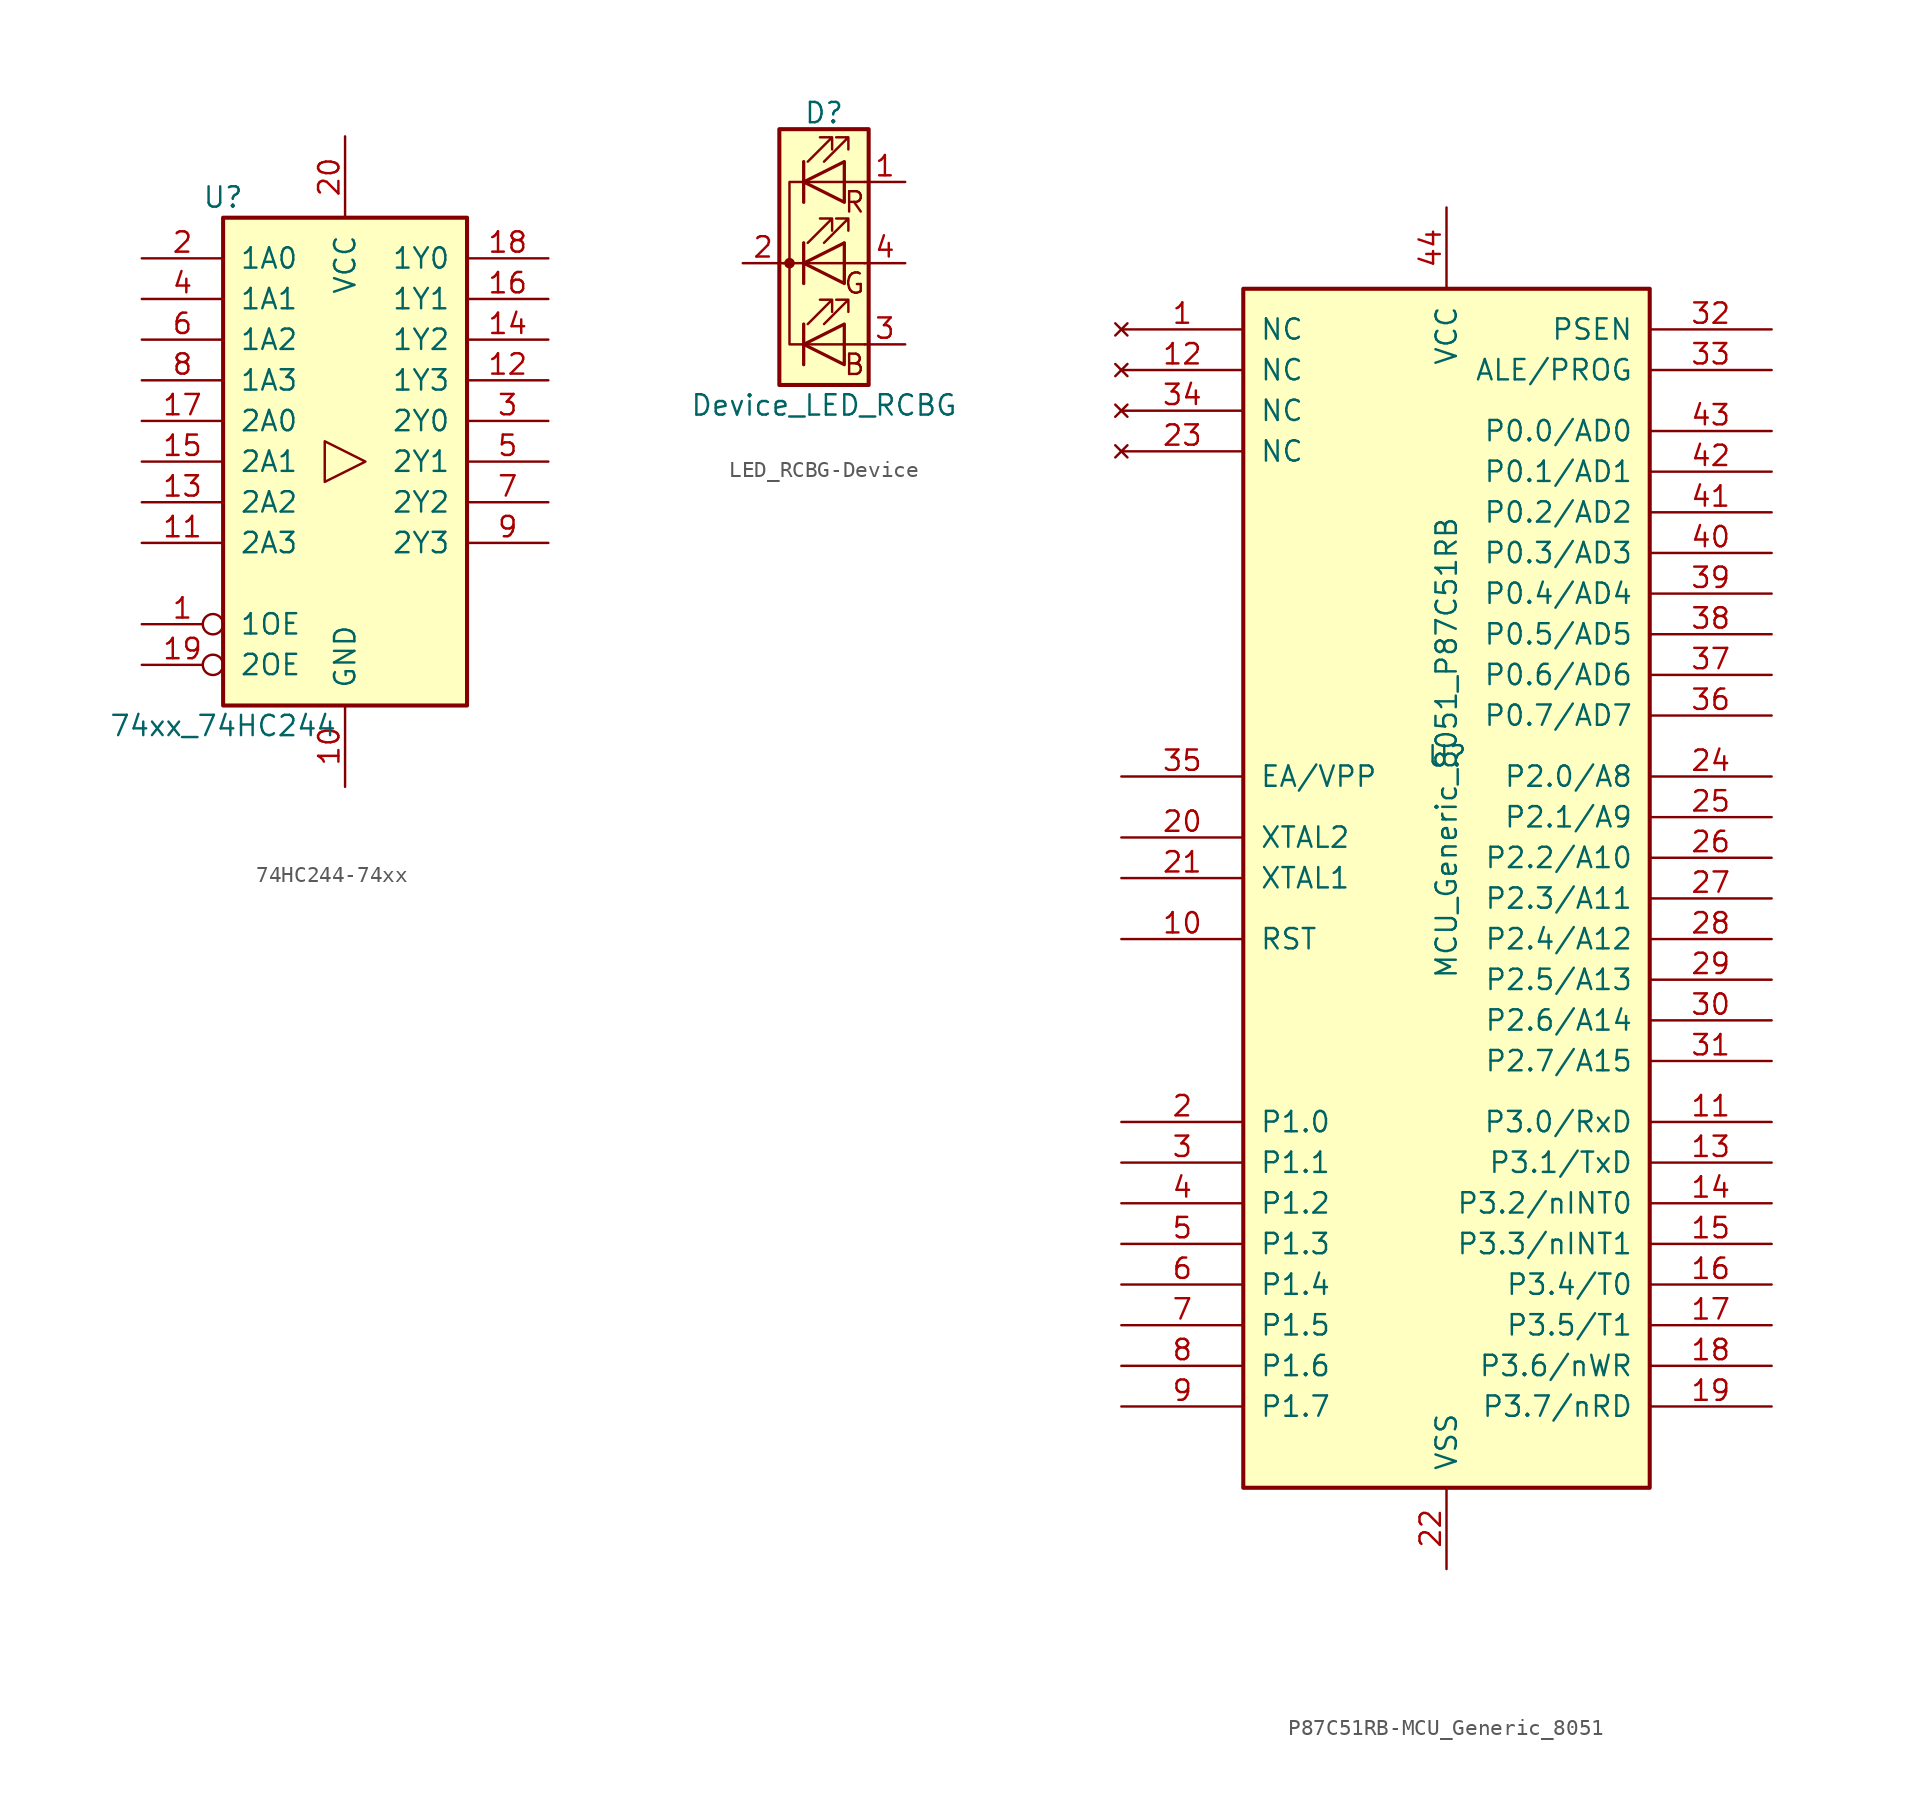
<source format=kicad_sym>
(kicad_symbol_lib
  (version 20220914)
  (generator kicad_symbol_editor)
  (symbol "74HC244-74xx"
    (pin_names
      (offset 1.016))
    (property "Reference" "U"
      (at -7.62 16.51 0)
      (effects (font (size 1.27 1.27))))
    (property "Value" "74xx_74HC244"
      (at -7.62 -16.51 0)
      (effects (font (size 1.27 1.27))))
    (property "ki_locked" ""
      (at 0 0 0)
      (effects (font (size 1.27 1.27))))
    (symbol "74HC244-74xx_1_0"
      (polyline (pts (xy 1.27 0) (xy -1.27 1.27) (xy -1.27 -1.27) (xy 1.27 0)) (stroke (width 0.152) (type solid)) (fill (type none)))
      (pin input inverted (at -12.7 -10.16 0) (length 5.08) (name "1OE" (effects (font (size 1.27 1.27)))) (number "1" (effects (font (size 1.27 1.27)))))
      (pin power_in line (at 0 -20.32 90) (length 5.08) (name "GND" (effects (font (size 1.27 1.27)))) (number "10" (effects (font (size 1.27 1.27)))))
      (pin input line (at -12.7 -5.08 0) (length 5.08) (name "2A3" (effects (font (size 1.27 1.27)))) (number "11" (effects (font (size 1.27 1.27)))))
      (pin output line (at 12.7 5.08 180) (length 5.08) (name "1Y3" (effects (font (size 1.27 1.27)))) (number "12" (effects (font (size 1.27 1.27)))))
      (pin input line (at -12.7 -2.54 0) (length 5.08) (name "2A2" (effects (font (size 1.27 1.27)))) (number "13" (effects (font (size 1.27 1.27)))))
      (pin output line (at 12.7 7.62 180) (length 5.08) (name "1Y2" (effects (font (size 1.27 1.27)))) (number "14" (effects (font (size 1.27 1.27)))))
      (pin input line (at -12.7 0 0) (length 5.08) (name "2A1" (effects (font (size 1.27 1.27)))) (number "15" (effects (font (size 1.27 1.27)))))
      (pin output line (at 12.7 10.16 180) (length 5.08) (name "1Y1" (effects (font (size 1.27 1.27)))) (number "16" (effects (font (size 1.27 1.27)))))
      (pin input line (at -12.7 2.54 0) (length 5.08) (name "2A0" (effects (font (size 1.27 1.27)))) (number "17" (effects (font (size 1.27 1.27)))))
      (pin output line (at 12.7 12.7 180) (length 5.08) (name "1Y0" (effects (font (size 1.27 1.27)))) (number "18" (effects (font (size 1.27 1.27)))))
      (pin input inverted (at -12.7 -12.7 0) (length 5.08) (name "2OE" (effects (font (size 1.27 1.27)))) (number "19" (effects (font (size 1.27 1.27)))))
      (pin input line (at -12.7 12.7 0) (length 5.08) (name "1A0" (effects (font (size 1.27 1.27)))) (number "2" (effects (font (size 1.27 1.27)))))
      (pin power_in line (at 0 20.32 270) (length 5.08) (name "VCC" (effects (font (size 1.27 1.27)))) (number "20" (effects (font (size 1.27 1.27)))))
      (pin output line (at 12.7 2.54 180) (length 5.08) (name "2Y0" (effects (font (size 1.27 1.27)))) (number "3" (effects (font (size 1.27 1.27)))))
      (pin input line (at -12.7 10.16 0) (length 5.08) (name "1A1" (effects (font (size 1.27 1.27)))) (number "4" (effects (font (size 1.27 1.27)))))
      (pin output line (at 12.7 0 180) (length 5.08) (name "2Y1" (effects (font (size 1.27 1.27)))) (number "5" (effects (font (size 1.27 1.27)))))
      (pin input line (at -12.7 7.62 0) (length 5.08) (name "1A2" (effects (font (size 1.27 1.27)))) (number "6" (effects (font (size 1.27 1.27)))))
      (pin output line (at 12.7 -2.54 180) (length 5.08) (name "2Y2" (effects (font (size 1.27 1.27)))) (number "7" (effects (font (size 1.27 1.27)))))
      (pin input line (at -12.7 5.08 0) (length 5.08) (name "1A3" (effects (font (size 1.27 1.27)))) (number "8" (effects (font (size 1.27 1.27)))))
      (pin output line (at 12.7 -5.08 180) (length 5.08) (name "2Y3" (effects (font (size 1.27 1.27)))) (number "9" (effects (font (size 1.27 1.27))))))
    (symbol "74HC244-74xx_1_1"
      (rectangle (start -7.62 15.24) (end 7.62 -15.24) (stroke (width 0.254) (type solid)) (fill (type background)))))
  (symbol "LED_RCBG-Device"
    (pin_names
      (offset 0) hide)
    (property "Reference" "D"
      (at 0 9.398 0)
      (effects (font (size 1.27 1.27))))
    (property "Value" "Device_LED_RCBG"
      (at 0 -8.89 0)
      (effects (font (size 1.27 1.27))))
    (symbol "LED_RCBG-Device_0_0"
      (text "B" (at 1.905 -6.35 0) (effects (font (size 1.27 1.27))))
      (text "G" (at 1.905 -1.27 0) (effects (font (size 1.27 1.27))))
      (text "R" (at 1.905 3.81 0) (effects (font (size 1.27 1.27)))))
    (symbol "LED_RCBG-Device_0_1"
      (circle (center -2.159 0) (radius 0.254) (stroke (width 0) (type solid)) (fill (type outline)))
      (polyline (pts (xy -1.27 -5.08) (xy 1.27 -5.08)) (stroke (width 0) (type solid)) (fill (type none)))
      (polyline (pts (xy -1.27 -3.81) (xy -1.27 -6.35)) (stroke (width 0) (type solid)) (fill (type none)))
      (polyline (pts (xy -1.27 -3.81) (xy -1.27 -6.35)) (stroke (width 0.203) (type solid)) (fill (type none)))
      (polyline (pts (xy -1.27 0) (xy -2.54 0)) (stroke (width 0) (type solid)) (fill (type none)))
      (polyline (pts (xy -1.27 1.27) (xy -1.27 -1.27)) (stroke (width 0.203) (type solid)) (fill (type none)))
      (polyline (pts (xy -1.27 5.08) (xy 1.27 5.08)) (stroke (width 0) (type solid)) (fill (type none)))
      (polyline (pts (xy -1.27 6.35) (xy -1.27 3.81)) (stroke (width 0.203) (type solid)) (fill (type none)))
      (polyline (pts (xy 1.27 -5.08) (xy 2.54 -5.08)) (stroke (width 0) (type solid)) (fill (type none)))
      (polyline (pts (xy 1.27 0) (xy -1.27 0)) (stroke (width 0) (type solid)) (fill (type none)))
      (polyline (pts (xy 1.27 0) (xy 2.54 0)) (stroke (width 0) (type solid)) (fill (type none)))
      (polyline (pts (xy 1.27 5.08) (xy 2.54 5.08)) (stroke (width 0) (type solid)) (fill (type none)))
      (polyline (pts (xy -1.27 1.27) (xy -1.27 -1.27) (xy -1.27 -1.27)) (stroke (width 0) (type solid)) (fill (type none)))
      (polyline (pts (xy -1.27 6.35) (xy -1.27 3.81) (xy -1.27 3.81)) (stroke (width 0) (type solid)) (fill (type none)))
      (polyline (pts (xy -1.27 5.08) (xy -2.159 5.08) (xy -2.159 -5.08) (xy -1.016 -5.08)) (stroke (width 0) (type solid)) (fill (type none)))
      (polyline (pts (xy 1.27 -3.81) (xy 1.27 -6.35) (xy -1.27 -5.08) (xy 1.27 -3.81)) (stroke (width 0.203) (type solid)) (fill (type none)))
      (polyline (pts (xy 1.27 1.27) (xy 1.27 -1.27) (xy -1.27 0) (xy 1.27 1.27)) (stroke (width 0.203) (type solid)) (fill (type none)))
      (polyline (pts (xy 1.27 6.35) (xy 1.27 3.81) (xy -1.27 5.08) (xy 1.27 6.35)) (stroke (width 0.203) (type solid)) (fill (type none)))
      (polyline (pts (xy -1.016 -3.81) (xy 0.508 -2.286) (xy -0.254 -2.286) (xy 0.508 -2.286) (xy 0.508 -3.048)) (stroke (width 0) (type solid)) (fill (type none)))
      (polyline (pts (xy -1.016 1.27) (xy 0.508 2.794) (xy -0.254 2.794) (xy 0.508 2.794) (xy 0.508 2.032)) (stroke (width 0) (type solid)) (fill (type none)))
      (polyline (pts (xy -1.016 6.35) (xy 0.508 7.874) (xy -0.254 7.874) (xy 0.508 7.874) (xy 0.508 7.112)) (stroke (width 0) (type solid)) (fill (type none)))
      (polyline (pts (xy 0 -3.81) (xy 1.524 -2.286) (xy 0.762 -2.286) (xy 1.524 -2.286) (xy 1.524 -3.048)) (stroke (width 0) (type solid)) (fill (type none)))
      (polyline (pts (xy 0 1.27) (xy 1.524 2.794) (xy 0.762 2.794) (xy 1.524 2.794) (xy 1.524 2.032)) (stroke (width 0) (type solid)) (fill (type none)))
      (polyline (pts (xy 0 6.35) (xy 1.524 7.874) (xy 0.762 7.874) (xy 1.524 7.874) (xy 1.524 7.112)) (stroke (width 0) (type solid)) (fill (type none)))
      (rectangle (start 1.27 -1.27) (end 1.27 1.27) (stroke (width 0) (type solid)) (fill (type none)))
      (rectangle (start 1.27 1.27) (end 1.27 1.27) (stroke (width 0) (type solid)) (fill (type none)))
      (rectangle (start 1.27 3.81) (end 1.27 6.35) (stroke (width 0) (type solid)) (fill (type none)))
      (rectangle (start 1.27 6.35) (end 1.27 6.35) (stroke (width 0) (type solid)) (fill (type none)))
      (rectangle (start 2.794 8.382) (end -2.794 -7.62) (stroke (width 0.254) (type solid)) (fill (type background))))
    (symbol "LED_RCBG-Device_1_1"
      (pin passive line (at 5.08 5.08 180) (length 2.54) (name "RA" (effects (font (size 1.27 1.27)))) (number "1" (effects (font (size 1.27 1.27)))))
      (pin passive line (at -5.08 0 0) (length 2.54) (name "K" (effects (font (size 1.27 1.27)))) (number "2" (effects (font (size 1.27 1.27)))))
      (pin passive line (at 5.08 -5.08 180) (length 2.54) (name "BA" (effects (font (size 1.27 1.27)))) (number "3" (effects (font (size 1.27 1.27)))))
      (pin passive line (at 5.08 0 180) (length 2.54) (name "GA" (effects (font (size 1.27 1.27)))) (number "4" (effects (font (size 1.27 1.27)))))))
  (symbol "P87C51RB-MCU_Generic_8051"
    (pin_names
      (offset 1.016))
    (property "Reference" "U"
      (at -1.27 6.35 0)
      (effects (font (size 1.27 1.27)) (justify left)))
    (property "Value" "MCU_Generic_8051_P87C51RB"
      (at 0 -7.62 90)
      (effects (font (size 1.27 1.27)) (justify left)))
    (symbol "P87C51RB-MCU_Generic_8051_0_0"
      (pin no_connect line (at -20.32 25.4 0) (length 7.62) (name "NC" (effects (font (size 1.27 1.27)))) (number "23" (effects (font (size 1.27 1.27)))))
      (pin bidirectional line (at -20.32 -21.59 0) (length 7.62) (name "P1.2" (effects (font (size 1.27 1.27)))) (number "4" (effects (font (size 1.27 1.27)))))
      (pin bidirectional line (at 20.32 19.05 180) (length 7.62) (name "P0.3/AD3" (effects (font (size 1.27 1.27)))) (number "40" (effects (font (size 1.27 1.27)))))
      (pin bidirectional line (at 20.32 21.59 180) (length 7.62) (name "P0.2/AD2" (effects (font (size 1.27 1.27)))) (number "41" (effects (font (size 1.27 1.27)))))
      (pin bidirectional line (at 20.32 24.13 180) (length 7.62) (name "P0.1/AD1" (effects (font (size 1.27 1.27)))) (number "42" (effects (font (size 1.27 1.27)))))
      (pin bidirectional line (at 20.32 26.67 180) (length 7.62) (name "P0.0/AD0" (effects (font (size 1.27 1.27)))) (number "43" (effects (font (size 1.27 1.27)))))
      (pin bidirectional line (at -20.32 -24.13 0) (length 7.62) (name "P1.3" (effects (font (size 1.27 1.27)))) (number "5" (effects (font (size 1.27 1.27)))))
      (pin bidirectional line (at -20.32 -26.67 0) (length 7.62) (name "P1.4" (effects (font (size 1.27 1.27)))) (number "6" (effects (font (size 1.27 1.27)))))
      (pin bidirectional line (at -20.32 -29.21 0) (length 7.62) (name "P1.5" (effects (font (size 1.27 1.27)))) (number "7" (effects (font (size 1.27 1.27)))))
      (pin bidirectional line (at -20.32 -31.75 0) (length 7.62) (name "P1.6" (effects (font (size 1.27 1.27)))) (number "8" (effects (font (size 1.27 1.27)))))
      (pin bidirectional line (at -20.32 -34.29 0) (length 7.62) (name "P1.7" (effects (font (size 1.27 1.27)))) (number "9" (effects (font (size 1.27 1.27))))))
    (symbol "P87C51RB-MCU_Generic_8051_1_1"
      (rectangle (start -12.7 -39.37) (end 12.7 35.56) (stroke (width 0.254) (type solid)) (fill (type background)))
      (pin no_connect line (at -20.32 33.02 0) (length 7.62) (name "NC" (effects (font (size 1.27 1.27)))) (number "1" (effects (font (size 1.27 1.27)))))
      (pin input line (at -20.32 -5.08 0) (length 7.62) (name "RST" (effects (font (size 1.27 1.27)))) (number "10" (effects (font (size 1.27 1.27)))))
      (pin bidirectional line (at 20.32 -16.51 180) (length 7.62) (name "P3.0/RxD" (effects (font (size 1.27 1.27)))) (number "11" (effects (font (size 1.27 1.27)))))
      (pin no_connect line (at -20.32 30.48 0) (length 7.62) (name "NC" (effects (font (size 1.27 1.27)))) (number "12" (effects (font (size 1.27 1.27)))))
      (pin bidirectional line (at 20.32 -19.05 180) (length 7.62) (name "P3.1/TxD" (effects (font (size 1.27 1.27)))) (number "13" (effects (font (size 1.27 1.27)))))
      (pin bidirectional line (at 20.32 -21.59 180) (length 7.62) (name "P3.2/nINT0" (effects (font (size 1.27 1.27)))) (number "14" (effects (font (size 1.27 1.27)))))
      (pin bidirectional line (at 20.32 -24.13 180) (length 7.62) (name "P3.3/nINT1" (effects (font (size 1.27 1.27)))) (number "15" (effects (font (size 1.27 1.27)))))
      (pin bidirectional line (at 20.32 -26.67 180) (length 7.62) (name "P3.4/T0" (effects (font (size 1.27 1.27)))) (number "16" (effects (font (size 1.27 1.27)))))
      (pin bidirectional line (at 20.32 -29.21 180) (length 7.62) (name "P3.5/T1" (effects (font (size 1.27 1.27)))) (number "17" (effects (font (size 1.27 1.27)))))
      (pin bidirectional line (at 20.32 -31.75 180) (length 7.62) (name "P3.6/nWR" (effects (font (size 1.27 1.27)))) (number "18" (effects (font (size 1.27 1.27)))))
      (pin bidirectional line (at 20.32 -34.29 180) (length 7.62) (name "P3.7/nRD" (effects (font (size 1.27 1.27)))) (number "19" (effects (font (size 1.27 1.27)))))
      (pin bidirectional line (at -20.32 -16.51 0) (length 7.62) (name "P1.0" (effects (font (size 1.27 1.27)))) (number "2" (effects (font (size 1.27 1.27)))))
      (pin input line (at -20.32 1.27 0) (length 7.62) (name "XTAL2" (effects (font (size 1.27 1.27)))) (number "20" (effects (font (size 1.27 1.27)))))
      (pin input line (at -20.32 -1.27 0) (length 7.62) (name "XTAL1" (effects (font (size 1.27 1.27)))) (number "21" (effects (font (size 1.27 1.27)))))
      (pin power_in line (at 0 -44.45 90) (length 5.08) (name "VSS" (effects (font (size 1.27 1.27)))) (number "22" (effects (font (size 1.27 1.27)))))
      (pin bidirectional line (at 20.32 5.08 180) (length 7.62) (name "P2.0/A8" (effects (font (size 1.27 1.27)))) (number "24" (effects (font (size 1.27 1.27)))))
      (pin bidirectional line (at 20.32 2.54 180) (length 7.62) (name "P2.1/A9" (effects (font (size 1.27 1.27)))) (number "25" (effects (font (size 1.27 1.27)))))
      (pin bidirectional line (at 20.32 0 180) (length 7.62) (name "P2.2/A10" (effects (font (size 1.27 1.27)))) (number "26" (effects (font (size 1.27 1.27)))))
      (pin bidirectional line (at 20.32 -2.54 180) (length 7.62) (name "P2.3/A11" (effects (font (size 1.27 1.27)))) (number "27" (effects (font (size 1.27 1.27)))))
      (pin bidirectional line (at 20.32 -5.08 180) (length 7.62) (name "P2.4/A12" (effects (font (size 1.27 1.27)))) (number "28" (effects (font (size 1.27 1.27)))))
      (pin bidirectional line (at 20.32 -7.62 180) (length 7.62) (name "P2.5/A13" (effects (font (size 1.27 1.27)))) (number "29" (effects (font (size 1.27 1.27)))))
      (pin bidirectional line (at -20.32 -19.05 0) (length 7.62) (name "P1.1" (effects (font (size 1.27 1.27)))) (number "3" (effects (font (size 1.27 1.27)))))
      (pin bidirectional line (at 20.32 -10.16 180) (length 7.62) (name "P2.6/A14" (effects (font (size 1.27 1.27)))) (number "30" (effects (font (size 1.27 1.27)))))
      (pin bidirectional line (at 20.32 -12.7 180) (length 7.62) (name "P2.7/A15" (effects (font (size 1.27 1.27)))) (number "31" (effects (font (size 1.27 1.27)))))
      (pin output line (at 20.32 33.02 180) (length 7.62) (name "PSEN" (effects (font (size 1.27 1.27)))) (number "32" (effects (font (size 1.27 1.27)))))
      (pin bidirectional line (at 20.32 30.48 180) (length 7.62) (name "ALE/PROG" (effects (font (size 1.27 1.27)))) (number "33" (effects (font (size 1.27 1.27)))))
      (pin no_connect line (at -20.32 27.94 0) (length 7.62) (name "NC" (effects (font (size 1.27 1.27)))) (number "34" (effects (font (size 1.27 1.27)))))
      (pin bidirectional line (at -20.32 5.08 0) (length 7.62) (name "EA/VPP" (effects (font (size 1.27 1.27)))) (number "35" (effects (font (size 1.27 1.27)))))
      (pin bidirectional line (at 20.32 8.89 180) (length 7.62) (name "P0.7/AD7" (effects (font (size 1.27 1.27)))) (number "36" (effects (font (size 1.27 1.27)))))
      (pin bidirectional line (at 20.32 11.43 180) (length 7.62) (name "P0.6/AD6" (effects (font (size 1.27 1.27)))) (number "37" (effects (font (size 1.27 1.27)))))
      (pin bidirectional line (at 20.32 13.97 180) (length 7.62) (name "P0.5/AD5" (effects (font (size 1.27 1.27)))) (number "38" (effects (font (size 1.27 1.27)))))
      (pin bidirectional line (at 20.32 16.51 180) (length 7.62) (name "P0.4/AD4" (effects (font (size 1.27 1.27)))) (number "39" (effects (font (size 1.27 1.27)))))
      (pin power_in line (at 0 40.64 270) (length 5.08) (name "VCC" (effects (font (size 1.27 1.27)))) (number "44" (effects (font (size 1.27 1.27))))))))
</source>
